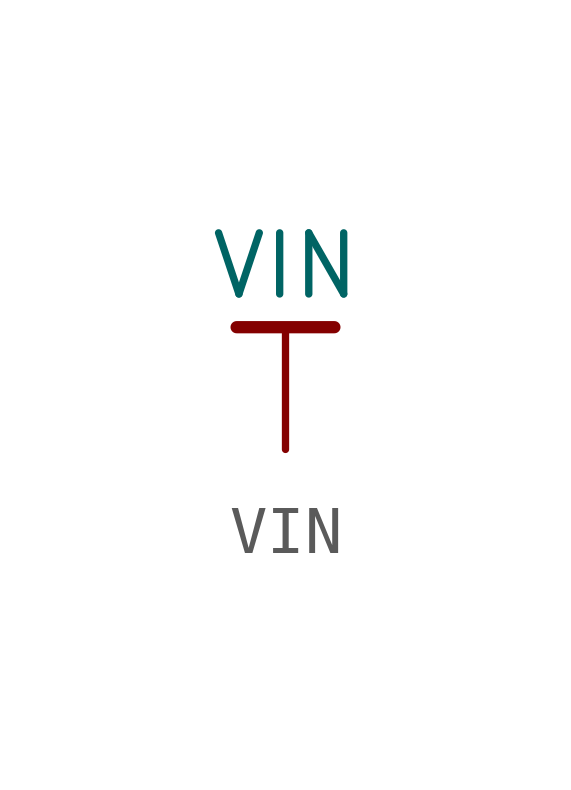
<source format=kicad_sym>
(kicad_symbol_lib
  (version 20211014)
  (generator kicad_symbol_editor)
  (symbol "VIN"
    (power)
    (pin_numbers hide)
    (pin_names
      (offset 0) hide)
    (property "Reference" "#PWR"
      (at 0 -1.905 0)
      (effects (font (size 1.27 1.27)) hide))
    (property "Value" "VIN"
      (at 0 3.81 0)
      (effects (font (size 1.27 1.27))))
    (symbol "VIN_0_1"
      (polyline (pts (xy -1.016 2.54) (xy 1.016 2.54)) (stroke (width 0.254) (type default) (color 0 0 0 0)) (fill (type none)))
      (polyline (pts (xy 0 2.54) (xy 0 0)) (stroke (width 0.152) (type default) (color 0 0 0 0)) (fill (type none))))
    (symbol "VIN_1_1"
      (pin power_in line (at 0 0 90) (length 0) hide (name "VIN" (effects (font (size 0.635 0.635)))) (number "1" (effects (font (size 0.635 0.635))))))))
</source>
